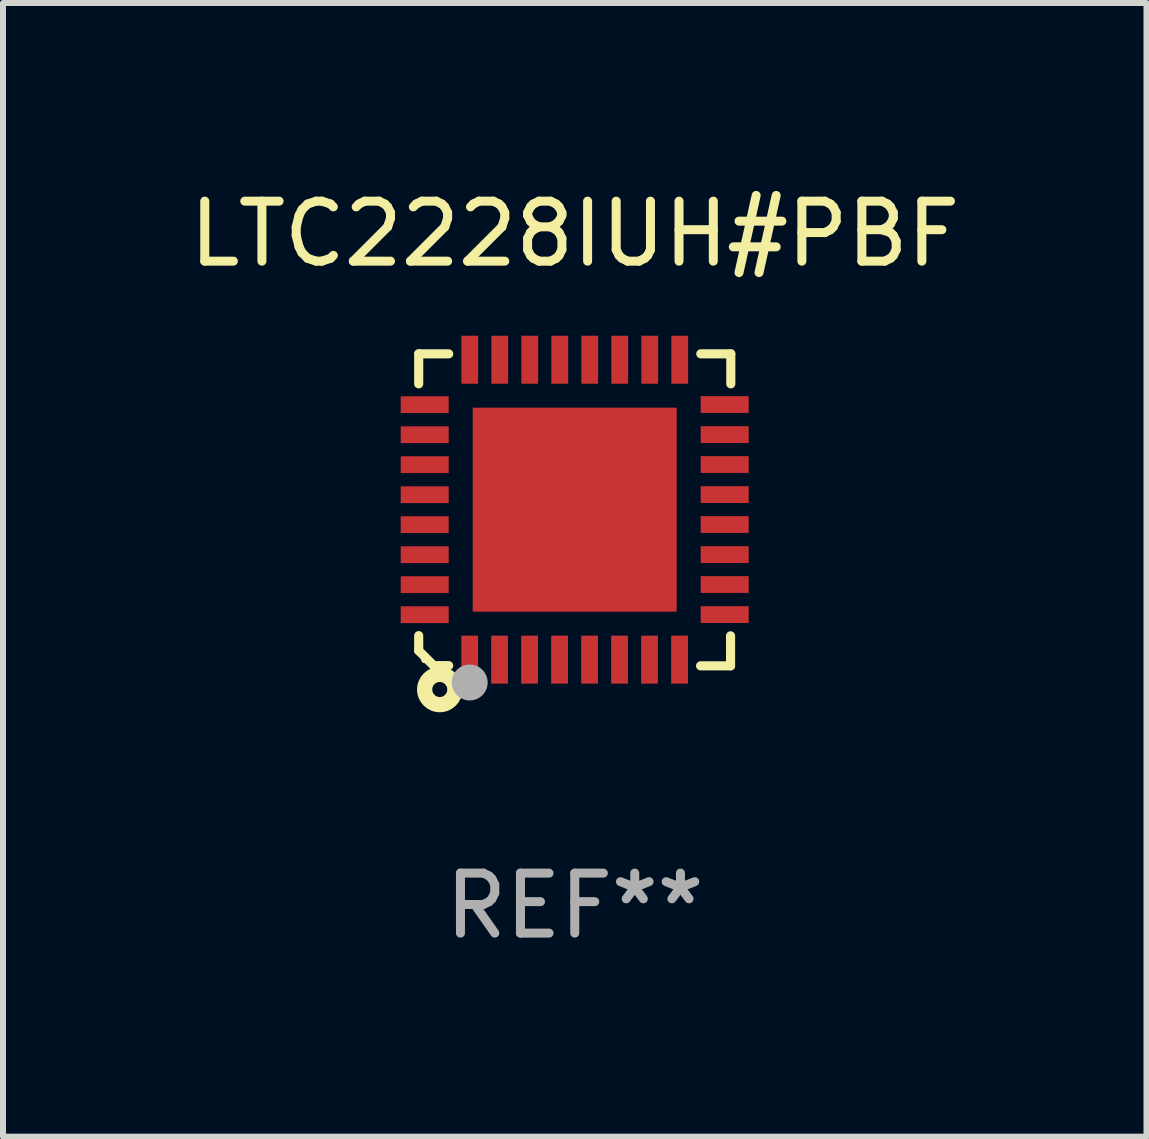
<source format=kicad_pcb>
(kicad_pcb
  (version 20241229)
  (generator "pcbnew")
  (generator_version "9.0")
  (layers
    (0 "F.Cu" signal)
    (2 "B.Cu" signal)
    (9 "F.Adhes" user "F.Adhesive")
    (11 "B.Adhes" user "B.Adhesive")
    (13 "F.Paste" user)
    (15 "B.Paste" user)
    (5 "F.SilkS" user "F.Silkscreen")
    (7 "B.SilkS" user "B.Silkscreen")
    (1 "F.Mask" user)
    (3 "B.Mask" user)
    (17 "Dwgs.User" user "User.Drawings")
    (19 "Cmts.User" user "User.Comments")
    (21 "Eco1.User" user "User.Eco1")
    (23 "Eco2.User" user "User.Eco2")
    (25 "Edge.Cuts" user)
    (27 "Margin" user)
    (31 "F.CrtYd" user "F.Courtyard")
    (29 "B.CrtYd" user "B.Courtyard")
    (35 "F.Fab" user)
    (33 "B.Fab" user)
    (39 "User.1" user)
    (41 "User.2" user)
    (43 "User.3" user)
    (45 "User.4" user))
  (footprint "LTC2228IUH#PBF"
    (layer "F.Cu")
    (at 6.53 5.448)
    (property "Reference" "LTC2228IUH#PBF" (at 0 -4.6 0) (layer "F.SilkS") (effects (font (size 1 1) (thickness 0.15))))
    (attr through_hole)
    (fp_line (start -2.601 2.097) (end -2.601 2.347) (stroke (width 0.152) (type solid)) (layer "F.SilkS"))
    (fp_line (start -2.601 2.347) (end -2.351 2.597) (stroke (width 0.152) (type solid)) (layer "F.SilkS"))
    (fp_line (start -2.601 -2.6) (end -2.601 -2.1) (stroke (width 0.152) (type solid)) (layer "F.SilkS"))
    (fp_line (start -2.601 -2.6) (end -2.101 -2.6) (stroke (width 0.152) (type solid)) (layer "F.SilkS"))
    (fp_line (start -2.351 2.597) (end -2.101 2.597) (stroke (width 0.152) (type solid)) (layer "F.SilkS"))
    (fp_line (start 2.597 2.6) (end 2.097 2.6) (stroke (width 0.152) (type solid)) (layer "F.SilkS"))
    (fp_line (start 2.597 2.6) (end 2.597 2.1) (stroke (width 0.152) (type solid)) (layer "F.SilkS"))
    (fp_line (start 2.601 -2.6) (end 2.101 -2.6) (stroke (width 0.152) (type solid)) (layer "F.SilkS"))
    (fp_line (start 2.601 -2.6) (end 2.601 -2.1) (stroke (width 0.152) (type solid)) (layer "F.SilkS"))
    (fp_circle (center -2.501 2.497) (end -2.471 2.497) (stroke (width 0.06) (type solid)) (fill no) (layer "F.SilkS"))
    (fp_circle (center -2.25 2.995) (end -2.125 2.995) (stroke (width 0.254) (type solid)) (fill no) (layer "F.SilkS"))
    (fp_circle (center -1.751 2.878) (end -1.601 2.878) (stroke (width 0.3) (type solid)) (fill no) (layer "F.Fab"))
    (fp_text user "REF**" (at 0 6.6 0) (layer "F.Fab") (effects (font (size 1 1) (thickness 0.15))))
    (pad "1" smd rect (at -1.751 2.497) (size 0.28 0.8) (layers "F.Cu" "F.Mask" "F.Paste"))
    (pad "2" smd rect (at -1.253 2.497) (size 0.28 0.8) (layers "F.Cu" "F.Mask" "F.Paste"))
    (pad "3" smd rect (at -0.753 2.497) (size 0.28 0.8) (layers "F.Cu" "F.Mask" "F.Paste"))
    (pad "4" smd rect (at -0.253 2.497) (size 0.28 0.8) (layers "F.Cu" "F.Mask" "F.Paste"))
    (pad "5" smd rect (at 0.247 2.497) (size 0.28 0.8) (layers "F.Cu" "F.Mask" "F.Paste"))
    (pad "6" smd rect (at 0.747 2.497) (size 0.28 0.8) (layers "F.Cu" "F.Mask" "F.Paste"))
    (pad "7" smd rect (at 1.247 2.497) (size 0.28 0.8) (layers "F.Cu" "F.Mask" "F.Paste"))
    (pad "8" smd rect (at 1.747 2.497) (size 0.28 0.8) (layers "F.Cu" "F.Mask" "F.Paste"))
    (pad "9" smd rect (at 2.499 1.746) (size 0.8 0.28) (layers "F.Cu" "F.Mask" "F.Paste"))
    (pad "10" smd rect (at 2.499 1.245) (size 0.8 0.28) (layers "F.Cu" "F.Mask" "F.Paste"))
    (pad "11" smd rect (at 2.499 0.746) (size 0.8 0.28) (layers "F.Cu" "F.Mask" "F.Paste"))
    (pad "12" smd rect (at 2.499 0.245) (size 0.8 0.28) (layers "F.Cu" "F.Mask" "F.Paste"))
    (pad "13" smd rect (at 2.499 -0.254) (size 0.8 0.28) (layers "F.Cu" "F.Mask" "F.Paste"))
    (pad "14" smd rect (at 2.499 -0.755) (size 0.8 0.28) (layers "F.Cu" "F.Mask" "F.Paste"))
    (pad "15" smd rect (at 2.499 -1.254) (size 0.8 0.28) (layers "F.Cu" "F.Mask" "F.Paste"))
    (pad "16" smd rect (at 2.499 -1.755) (size 0.8 0.28) (layers "F.Cu" "F.Mask" "F.Paste"))
    (pad "17" smd rect (at 1.75 -2.502) (size 0.28 0.8) (layers "F.Cu" "F.Mask" "F.Paste"))
    (pad "18" smd rect (at 1.25 -2.502) (size 0.28 0.8) (layers "F.Cu" "F.Mask" "F.Paste"))
    (pad "19" smd rect (at 0.75 -2.502) (size 0.28 0.8) (layers "F.Cu" "F.Mask" "F.Paste"))
    (pad "20" smd rect (at 0.25 -2.502) (size 0.28 0.8) (layers "F.Cu" "F.Mask" "F.Paste"))
    (pad "21" smd rect (at -0.25 -2.502) (size 0.28 0.8) (layers "F.Cu" "F.Mask" "F.Paste"))
    (pad "22" smd rect (at -0.75 -2.502) (size 0.28 0.8) (layers "F.Cu" "F.Mask" "F.Paste"))
    (pad "23" smd rect (at -1.25 -2.502) (size 0.28 0.8) (layers "F.Cu" "F.Mask" "F.Paste"))
    (pad "24" smd rect (at -1.75 -2.502) (size 0.28 0.8) (layers "F.Cu" "F.Mask" "F.Paste"))
    (pad "25" smd rect (at -2.501 -1.753) (size 0.8 0.28) (layers "F.Cu" "F.Mask" "F.Paste"))
    (pad "26" smd rect (at -2.501 -1.252) (size 0.8 0.28) (layers "F.Cu" "F.Mask" "F.Paste"))
    (pad "27" smd rect (at -2.501 -0.753) (size 0.8 0.28) (layers "F.Cu" "F.Mask" "F.Paste"))
    (pad "28" smd rect (at -2.501 -0.252) (size 0.8 0.28) (layers "F.Cu" "F.Mask" "F.Paste"))
    (pad "29" smd rect (at -2.501 0.247) (size 0.8 0.28) (layers "F.Cu" "F.Mask" "F.Paste"))
    (pad "30" smd rect (at -2.501 0.748) (size 0.8 0.28) (layers "F.Cu" "F.Mask" "F.Paste"))
    (pad "31" smd rect (at -2.501 1.247) (size 0.8 0.28) (layers "F.Cu" "F.Mask" "F.Paste"))
    (pad "32" smd rect (at -2.501 1.748) (size 0.8 0.28) (layers "F.Cu" "F.Mask" "F.Paste"))
    (pad "33" smd rect (at -0.001 -0.003 180) (size 3.4 3.4) (layers "F.Cu" "F.Mask" "F.Paste")))
  (gr_rect
    (start -3 -3)
    (end 16.06 15.896)
    (stroke (width 0.1) (type default))
    (fill no)
    (layer "Edge.Cuts")))
</source>
